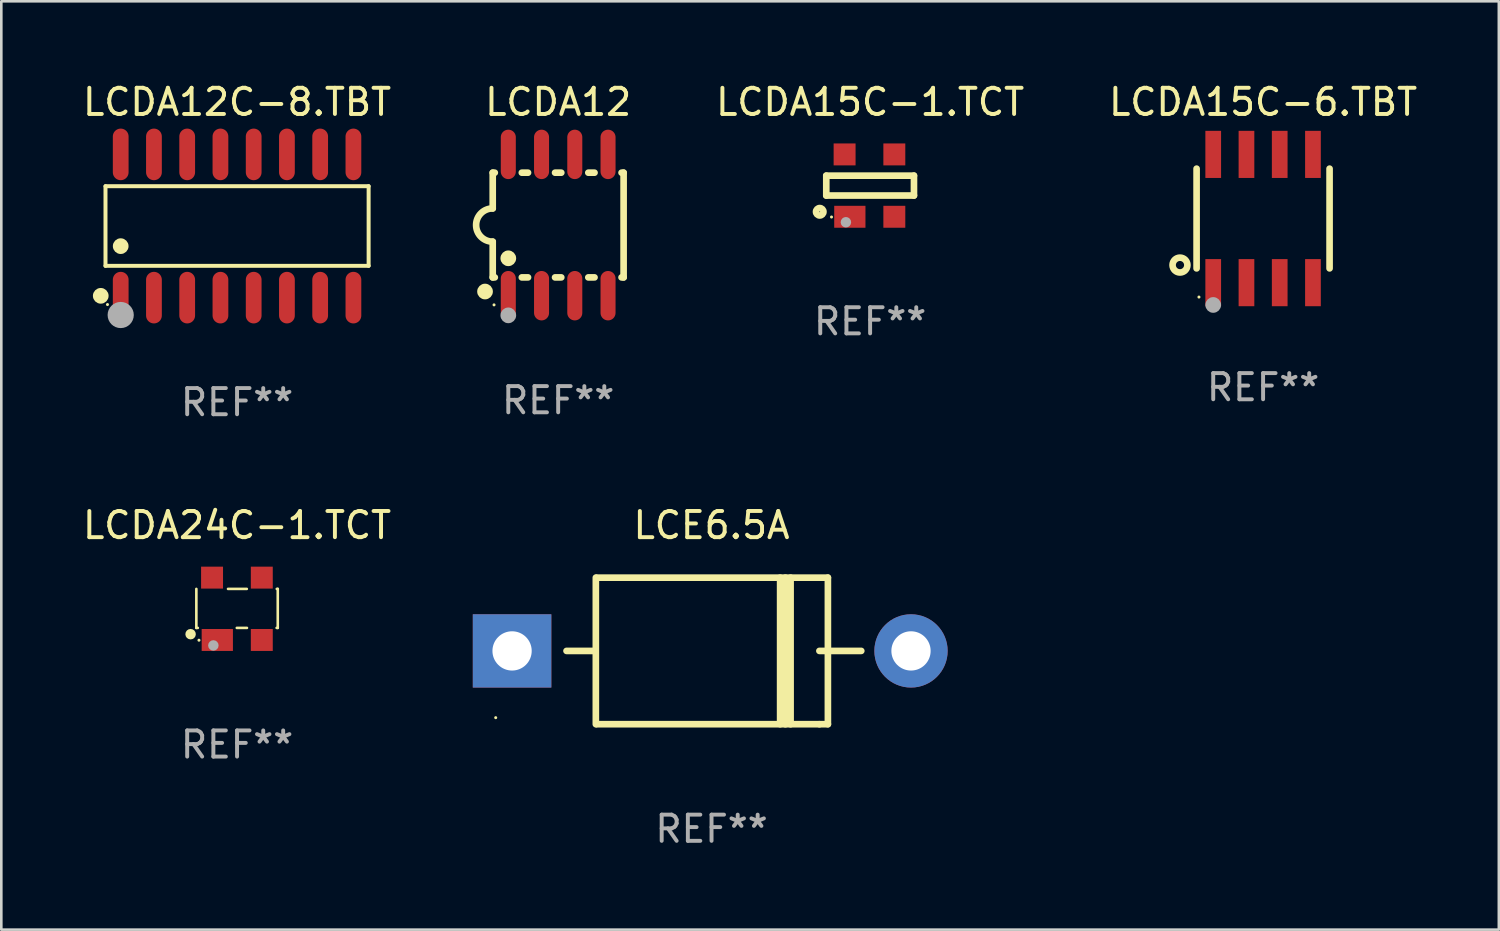
<source format=kicad_pcb>
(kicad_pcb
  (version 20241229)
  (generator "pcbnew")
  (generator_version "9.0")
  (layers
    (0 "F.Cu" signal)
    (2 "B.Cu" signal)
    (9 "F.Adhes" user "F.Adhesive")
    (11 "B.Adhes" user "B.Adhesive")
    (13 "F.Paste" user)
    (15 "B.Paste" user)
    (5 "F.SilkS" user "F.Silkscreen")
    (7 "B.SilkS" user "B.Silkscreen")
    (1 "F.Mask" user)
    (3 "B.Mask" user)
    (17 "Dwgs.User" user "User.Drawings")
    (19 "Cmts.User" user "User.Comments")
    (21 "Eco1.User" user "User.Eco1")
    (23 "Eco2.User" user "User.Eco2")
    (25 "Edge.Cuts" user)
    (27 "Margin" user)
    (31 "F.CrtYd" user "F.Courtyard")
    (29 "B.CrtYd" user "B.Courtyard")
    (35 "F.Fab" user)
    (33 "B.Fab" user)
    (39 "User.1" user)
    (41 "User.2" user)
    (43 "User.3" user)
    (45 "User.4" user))
  (footprint "LCE6.5A"
    (layer "F.Cu")
    (at 24.132 21.816)
    (property "Reference" "LCE6.5A" (at 0 -4.8 0) (layer "F.SilkS") (effects (font (size 1 1) (thickness 0.15))))
    (attr through_hole)
    (fp_line (start -5.54 0) (end -4.44 0) (stroke (width 0.254) (type solid)) (layer "F.SilkS"))
    (fp_line (start -4.42 2.8) (end -4.42 -2.8) (stroke (width 0.254) (type solid)) (layer "F.SilkS"))
    (fp_line (start -4.379 -2.799) (end 4.445 -2.799) (stroke (width 0.254) (type solid)) (layer "F.SilkS"))
    (fp_line (start 2.62 -2.8) (end 2.62 2.8) (stroke (width 0.254) (type solid)) (layer "F.SilkS"))
    (fp_line (start 2.82 -2.8) (end 2.82 2.8) (stroke (width 0.254) (type solid)) (layer "F.SilkS"))
    (fp_line (start 3.02 -2.8) (end 3.02 2.8) (stroke (width 0.254) (type solid)) (layer "F.SilkS"))
    (fp_line (start 4.12 0) (end 5.72 0) (stroke (width 0.254) (type solid)) (layer "F.SilkS"))
    (fp_line (start 4.12 2.8) (end -4.38 2.8) (stroke (width 0.254) (type solid)) (layer "F.SilkS"))
    (fp_line (start 4.445 -2.799) (end 4.445 2.799) (stroke (width 0.254) (type solid)) (layer "F.SilkS"))
    (fp_line (start 4.445 2.799) (end 4.12 2.799) (stroke (width 0.254) (type solid)) (layer "F.SilkS"))
    (fp_circle (center -8.245 2.55) (end -8.215 2.55) (stroke (width 0.06) (type solid)) (fill no) (layer "F.SilkS"))
    (fp_text user "REF**" (at 0 6.8 0) (layer "F.Fab") (effects (font (size 1 1) (thickness 0.15))))
    (pad "1" thru_hole rect (at -7.62 0 180) (size 3 2.8) (drill 1.5) (layers "*.Cu" "*.Mask"))
    (pad "2" thru_hole circle (at 7.62 0) (size 2.8 2.8) (drill 1.5) (layers "*.Cu" "*.Mask")))
  (footprint "LCDA24C-1.TCT"
    (layer "F.Cu")
    (at 6.006 20.207)
    (property "Reference" "LCDA24C-1.TCT" (at 0 -3.191 0) (layer "F.SilkS") (effects (font (size 1 1) (thickness 0.15))))
    (attr through_hole)
    (fp_line (start -1.555 0.73) (end -1.555 -0.76) (stroke (width 0.1) (type solid)) (layer "F.SilkS"))
    (fp_line (start -1.5 0.73) (end -1.555 0.73) (stroke (width 0.1) (type solid)) (layer "F.SilkS"))
    (fp_line (start -0.345 -0.76) (end 0.372 -0.76) (stroke (width 0.1) (type solid)) (layer "F.SilkS"))
    (fp_line (start 0.378 0.73) (end -0.01 0.73) (stroke (width 0.1) (type solid)) (layer "F.SilkS"))
    (fp_line (start 1.518 -0.76) (end 1.555 -0.76) (stroke (width 0.1) (type solid)) (layer "F.SilkS"))
    (fp_line (start 1.555 -0.76) (end 1.555 0.73) (stroke (width 0.1) (type solid)) (layer "F.SilkS"))
    (fp_line (start 1.555 0.73) (end 1.512 0.73) (stroke (width 0.1) (type solid)) (layer "F.SilkS"))
    (fp_circle (center -1.775 0.97) (end -1.675 0.97) (stroke (width 0.2) (type solid)) (fill no) (layer "F.SilkS"))
    (fp_circle (center -1.455 1.2) (end -1.425 1.2) (stroke (width 0.06) (type solid)) (fill no) (layer "F.SilkS"))
    (fp_circle (center -0.905 1.4) (end -0.805 1.4) (stroke (width 0.2) (type solid)) (fill no) (layer "F.Fab"))
    (fp_text user "REF**" (at 0 5.191 0) (layer "F.Fab") (effects (font (size 1 1) (thickness 0.15))))
    (pad "1" smd rect (at -0.755 1.191) (size 1.194 0.838) (layers "F.Cu" "F.Mask" "F.Paste"))
    (pad "2" smd rect (at 0.945 1.191) (size 0.838 0.838) (layers "F.Cu" "F.Mask" "F.Paste"))
    (pad "3" smd rect (at 0.945 -1.191) (size 0.838 0.838) (layers "F.Cu" "F.Mask" "F.Paste"))
    (pad "4" smd rect (at -0.955 -1.191) (size 0.838 0.838) (layers "F.Cu" "F.Mask" "F.Paste")))
  (footprint "LCDA12C-8.TBT"
    (layer "F.Cu")
    (at 6.006 5.584)
    (property "Reference" "LCDA12C-8.TBT" (at 0 -4.736 0) (layer "F.SilkS") (effects (font (size 1 1) (thickness 0.15))))
    (attr through_hole)
    (fp_line (start -5.026 -1.521) (end 5.026 -1.521) (stroke (width 0.152) (type solid)) (layer "F.SilkS"))
    (fp_line (start -5.026 1.521) (end -5.026 -1.521) (stroke (width 0.152) (type solid)) (layer "F.SilkS"))
    (fp_line (start 5.026 -1.521) (end 5.026 1.521) (stroke (width 0.152) (type solid)) (layer "F.SilkS"))
    (fp_line (start 5.026 1.521) (end -5.026 1.521) (stroke (width 0.152) (type solid)) (layer "F.SilkS"))
    (fp_circle (center -5.207 2.667) (end -5.057 2.667) (stroke (width 0.3) (type solid)) (fill no) (layer "F.SilkS"))
    (fp_circle (center -4.95 3) (end -4.92 3) (stroke (width 0.06) (type solid)) (fill no) (layer "F.SilkS"))
    (fp_circle (center -4.445 0.769) (end -4.295 0.769) (stroke (width 0.3) (type solid)) (fill no) (layer "F.SilkS"))
    (fp_circle (center -4.445 3.4) (end -4.195 3.4) (stroke (width 0.5) (type solid)) (fill no) (layer "F.Fab"))
    (fp_text user "REF**" (at 0 6.736 0) (layer "F.Fab") (effects (font (size 1 1) (thickness 0.15))))
    (pad "1" smd oval (at -4.445 2.736) (size 0.602 1.971) (layers "F.Cu" "F.Mask" "F.Paste"))
    (pad "2" smd oval (at -3.175 2.736) (size 0.602 1.971) (layers "F.Cu" "F.Mask" "F.Paste"))
    (pad "3" smd oval (at -1.905 2.736) (size 0.602 1.971) (layers "F.Cu" "F.Mask" "F.Paste"))
    (pad "4" smd oval (at -0.635 2.736) (size 0.602 1.971) (layers "F.Cu" "F.Mask" "F.Paste"))
    (pad "5" smd oval (at 0.635 2.736) (size 0.602 1.971) (layers "F.Cu" "F.Mask" "F.Paste"))
    (pad "6" smd oval (at 1.905 2.736) (size 0.602 1.971) (layers "F.Cu" "F.Mask" "F.Paste"))
    (pad "7" smd oval (at 3.175 2.736) (size 0.602 1.971) (layers "F.Cu" "F.Mask" "F.Paste"))
    (pad "8" smd oval (at 4.445 2.736) (size 0.602 1.971) (layers "F.Cu" "F.Mask" "F.Paste"))
    (pad "9" smd oval (at 4.445 -2.736) (size 0.602 1.971) (layers "F.Cu" "F.Mask" "F.Paste"))
    (pad "10" smd oval (at 3.175 -2.736) (size 0.602 1.971) (layers "F.Cu" "F.Mask" "F.Paste"))
    (pad "11" smd oval (at 1.905 -2.736) (size 0.602 1.971) (layers "F.Cu" "F.Mask" "F.Paste"))
    (pad "12" smd oval (at 0.635 -2.736) (size 0.602 1.971) (layers "F.Cu" "F.Mask" "F.Paste"))
    (pad "13" smd oval (at -0.635 -2.736) (size 0.602 1.971) (layers "F.Cu" "F.Mask" "F.Paste"))
    (pad "14" smd oval (at -1.905 -2.736) (size 0.602 1.971) (layers "F.Cu" "F.Mask" "F.Paste"))
    (pad "15" smd oval (at -3.175 -2.736) (size 0.602 1.971) (layers "F.Cu" "F.Mask" "F.Paste"))
    (pad "16" smd oval (at -4.445 -2.736) (size 0.602 1.971) (layers "F.Cu" "F.Mask" "F.Paste")))
  (footprint "LCDA15C-6.TBT"
    (layer "F.Cu")
    (at 45.202 5.298)
    (property "Reference" "LCDA15C-6.TBT" (at 0 -4.45 0) (layer "F.SilkS") (effects (font (size 1 1) (thickness 0.15))))
    (attr through_hole)
    (fp_line (start -2.54 -1.905) (end -2.54 1.905) (stroke (width 0.254) (type solid)) (layer "F.SilkS"))
    (fp_line (start 2.54 -1.905) (end 2.54 1.905) (stroke (width 0.254) (type solid)) (layer "F.SilkS"))
    (fp_circle (center -3.175 1.778) (end -2.891 1.778) (stroke (width 0.254) (type solid)) (fill no) (layer "F.SilkS"))
    (fp_circle (center -2.45 3) (end -2.42 3) (stroke (width 0.06) (type solid)) (fill no) (layer "F.SilkS"))
    (fp_circle (center -1.905 3.302) (end -1.755 3.302) (stroke (width 0.3) (type solid)) (fill no) (layer "F.Fab"))
    (fp_text user "REF**" (at 0 6.45 0) (layer "F.Fab") (effects (font (size 1 1) (thickness 0.15))))
    (pad "1" smd rect (at -1.905 2.45) (size 0.6 1.8) (layers "F.Cu" "F.Mask" "F.Paste"))
    (pad "2" smd rect (at -0.635 2.45) (size 0.6 1.8) (layers "F.Cu" "F.Mask" "F.Paste"))
    (pad "3" smd rect (at 0.635 2.45) (size 0.6 1.8) (layers "F.Cu" "F.Mask" "F.Paste"))
    (pad "4" smd rect (at 1.905 2.45) (size 0.6 1.8) (layers "F.Cu" "F.Mask" "F.Paste"))
    (pad "5" smd rect (at 1.905 -2.45 180) (size 0.6 1.8) (layers "F.Cu" "F.Mask" "F.Paste"))
    (pad "6" smd rect (at 0.635 -2.45 180) (size 0.6 1.8) (layers "F.Cu" "F.Mask" "F.Paste"))
    (pad "7" smd rect (at -0.635 -2.45 180) (size 0.6 1.8) (layers "F.Cu" "F.Mask" "F.Paste"))
    (pad "8" smd rect (at -1.905 -2.45 180) (size 0.6 1.8) (layers "F.Cu" "F.Mask" "F.Paste")))
  (footprint "LCDA15C-1.TCT"
    (layer "F.Cu")
    (at 30.19 4.04)
    (property "Reference" "LCDA15C-1.TCT" (at 0 -3.191 0) (layer "F.SilkS") (effects (font (size 1 1) (thickness 0.15))))
    (attr through_hole)
    (fp_line (start -1.675 -0.38) (end -1.675 0.38) (stroke (width 0.254) (type solid)) (layer "F.SilkS"))
    (fp_line (start -1.675 -0.38) (end 1.675 -0.38) (stroke (width 0.254) (type solid)) (layer "F.SilkS"))
    (fp_line (start -1.675 0.38) (end 1.675 0.38) (stroke (width 0.254) (type solid)) (layer "F.SilkS"))
    (fp_line (start 1.675 -0.38) (end 1.675 0.38) (stroke (width 0.254) (type solid)) (layer "F.SilkS"))
    (fp_circle (center -1.925 1) (end -1.783 1) (stroke (width 0.254) (type solid)) (fill no) (layer "F.SilkS"))
    (fp_circle (center -1.475 1.2) (end -1.445 1.2) (stroke (width 0.06) (type solid)) (fill no) (layer "F.SilkS"))
    (fp_circle (center -0.925 1.4) (end -0.825 1.4) (stroke (width 0.2) (type solid)) (fill no) (layer "F.Fab"))
    (fp_text user "REF**" (at 0 5.191 0) (layer "F.Fab") (effects (font (size 1 1) (thickness 0.15))))
    (pad "1" smd rect (at -0.775 1.191) (size 1.194 0.838) (layers "F.Cu" "F.Mask" "F.Paste"))
    (pad "2" smd rect (at 0.925 1.191) (size 0.838 0.838) (layers "F.Cu" "F.Mask" "F.Paste"))
    (pad "3" smd rect (at 0.925 -1.191) (size 0.838 0.838) (layers "F.Cu" "F.Mask" "F.Paste"))
    (pad "4" smd rect (at -0.975 -1.191) (size 0.838 0.838) (layers "F.Cu" "F.Mask" "F.Paste")))
  (footprint "LCDA12"
    (layer "F.Cu")
    (at 18.273 5.547)
    (property "Reference" "LCDA12" (at 0 -4.699 0) (layer "F.SilkS") (effects (font (size 1 1) (thickness 0.15))))
    (attr through_hole)
    (fp_line (start -2.5 -2) (end -2.5 -0.635) (stroke (width 0.254) (type solid)) (layer "F.SilkS"))
    (fp_line (start -2.5 -2) (end -2.421 -2) (stroke (width 0.254) (type solid)) (layer "F.SilkS"))
    (fp_line (start -2.5 2) (end -2.5 0.635) (stroke (width 0.254) (type solid)) (layer "F.SilkS"))
    (fp_line (start -2.5 2) (end -2.421 2) (stroke (width 0.254) (type solid)) (layer "F.SilkS"))
    (fp_line (start -1.389 -2) (end -1.151 -2) (stroke (width 0.254) (type solid)) (layer "F.SilkS"))
    (fp_line (start -1.389 2) (end -1.151 2) (stroke (width 0.254) (type solid)) (layer "F.SilkS"))
    (fp_line (start -0.119 -2) (end 0.119 -2) (stroke (width 0.254) (type solid)) (layer "F.SilkS"))
    (fp_line (start -0.119 2) (end 0.119 2) (stroke (width 0.254) (type solid)) (layer "F.SilkS"))
    (fp_line (start 1.151 -2) (end 1.389 -2) (stroke (width 0.254) (type solid)) (layer "F.SilkS"))
    (fp_line (start 1.151 2) (end 1.389 2) (stroke (width 0.254) (type solid)) (layer "F.SilkS"))
    (fp_line (start 2.421 -2) (end 2.5 -2) (stroke (width 0.254) (type solid)) (layer "F.SilkS"))
    (fp_line (start 2.421 2) (end 2.5 2) (stroke (width 0.254) (type solid)) (layer "F.SilkS"))
    (fp_line (start 2.5 -2) (end 2.5 2) (stroke (width 0.254) (type solid)) (layer "F.SilkS"))
    (fp_arc (start -2.5 0.635001) (mid -3.134366 -0.000318) (end -2.499365 -0.635001) (stroke (width 0.254001) (type solid)) (layer "F.SilkS"))
    (fp_circle (center -2.794 2.54) (end -2.644 2.54) (stroke (width 0.3) (type solid)) (fill no) (layer "F.SilkS"))
    (fp_circle (center -2.45 3.05) (end -2.42 3.05) (stroke (width 0.06) (type solid)) (fill no) (layer "F.SilkS"))
    (fp_circle (center -1.905 1.27) (end -1.755 1.27) (stroke (width 0.3) (type solid)) (fill no) (layer "F.SilkS"))
    (fp_circle (center -1.905 3.45) (end -1.755 3.45) (stroke (width 0.3) (type solid)) (fill no) (layer "F.Fab"))
    (fp_text user "REF**" (at 0 6.699 0) (layer "F.Fab") (effects (font (size 1 1) (thickness 0.15))))
    (pad "1" smd oval (at -1.905 2.699) (size 0.574 1.888) (layers "F.Cu" "F.Mask" "F.Paste"))
    (pad "2" smd oval (at -0.635 2.699) (size 0.574 1.888) (layers "F.Cu" "F.Mask" "F.Paste"))
    (pad "3" smd oval (at 0.635 2.699) (size 0.574 1.888) (layers "F.Cu" "F.Mask" "F.Paste"))
    (pad "4" smd oval (at 1.905 2.699) (size 0.574 1.888) (layers "F.Cu" "F.Mask" "F.Paste"))
    (pad "5" smd oval (at 1.905 -2.699) (size 0.574 1.888) (layers "F.Cu" "F.Mask" "F.Paste"))
    (pad "6" smd oval (at 0.635 -2.699) (size 0.574 1.888) (layers "F.Cu" "F.Mask" "F.Paste"))
    (pad "7" smd oval (at -0.635 -2.699) (size 0.574 1.888) (layers "F.Cu" "F.Mask" "F.Paste"))
    (pad "8" smd oval (at -1.905 -2.699) (size 0.574 1.888) (layers "F.Cu" "F.Mask" "F.Paste")))
  (gr_rect
    (start -3 -3)
    (end 54.208 32.464)
    (stroke (width 0.1) (type default))
    (fill no)
    (layer "Edge.Cuts")))
</source>
